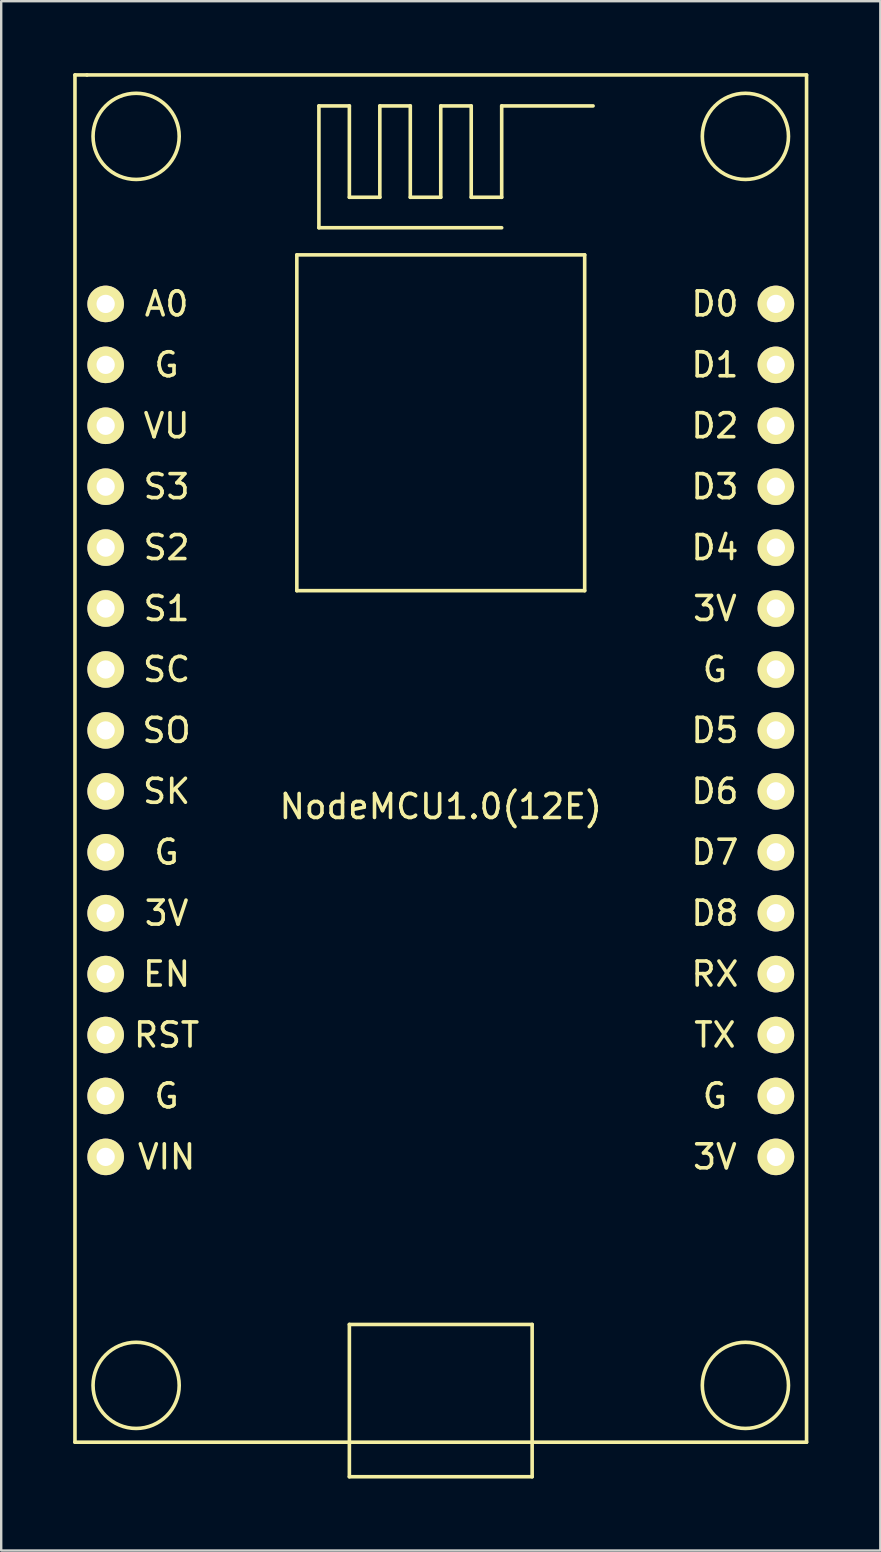
<source format=kicad_pcb>
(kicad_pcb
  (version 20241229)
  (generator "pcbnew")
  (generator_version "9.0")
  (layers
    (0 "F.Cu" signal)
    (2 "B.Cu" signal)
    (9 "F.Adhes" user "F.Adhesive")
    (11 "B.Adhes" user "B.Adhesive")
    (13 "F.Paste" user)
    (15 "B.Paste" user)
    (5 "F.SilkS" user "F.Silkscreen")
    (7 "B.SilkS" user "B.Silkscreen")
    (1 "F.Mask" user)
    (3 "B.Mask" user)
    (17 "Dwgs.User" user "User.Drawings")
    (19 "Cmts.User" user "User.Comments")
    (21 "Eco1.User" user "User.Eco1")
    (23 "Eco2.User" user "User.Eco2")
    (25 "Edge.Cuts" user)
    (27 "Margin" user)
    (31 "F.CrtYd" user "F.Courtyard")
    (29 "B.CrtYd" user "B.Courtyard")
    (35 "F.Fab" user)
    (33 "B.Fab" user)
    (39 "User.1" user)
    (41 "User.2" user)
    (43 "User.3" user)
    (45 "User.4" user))
  (footprint "NodeMCU1.0(12E)"
    (layer "F.Cu")
    (at 15.325 30.575)
    (property "Reference" "NodeMCU1.0(12E)" (at 0 0 0) (layer "F.SilkS") (effects (font (size 1 1) (thickness 0.15))))
    (attr through_hole)
    (fp_line (start -15.25 -30.5) (end -15.25 26.5) (stroke (width 0.15) (type solid)) (layer "F.SilkS"))
    (fp_line (start -15.25 26.5) (end 15.25 26.5) (stroke (width 0.15) (type solid)) (layer "F.SilkS"))
    (fp_line (start -14.75 -30.5) (end -15.25 -30.5) (stroke (width 0.15) (type solid)) (layer "F.SilkS"))
    (fp_line (start -6 -23) (end 6 -23) (stroke (width 0.15) (type solid)) (layer "F.SilkS"))
    (fp_line (start -6 -9) (end -6 -23) (stroke (width 0.15) (type solid)) (layer "F.SilkS"))
    (fp_line (start -5.08 -29.21) (end -3.81 -29.21) (stroke (width 0.15) (type solid)) (layer "F.SilkS"))
    (fp_line (start -5.08 -24.13) (end -5.08 -29.21) (stroke (width 0.15) (type solid)) (layer "F.SilkS"))
    (fp_line (start -3.81 -29.21) (end -3.81 -25.4) (stroke (width 0.15) (type solid)) (layer "F.SilkS"))
    (fp_line (start -3.81 -25.4) (end -2.54 -25.4) (stroke (width 0.15) (type solid)) (layer "F.SilkS"))
    (fp_line (start -3.81 21.59) (end -3.81 27.94) (stroke (width 0.15) (type solid)) (layer "F.SilkS"))
    (fp_line (start -3.81 27.94) (end 3.81 27.94) (stroke (width 0.15) (type solid)) (layer "F.SilkS"))
    (fp_line (start -2.54 -29.21) (end -1.27 -29.21) (stroke (width 0.15) (type solid)) (layer "F.SilkS"))
    (fp_line (start -2.54 -25.4) (end -2.54 -29.21) (stroke (width 0.15) (type solid)) (layer "F.SilkS"))
    (fp_line (start -1.27 -29.21) (end -1.27 -25.4) (stroke (width 0.15) (type solid)) (layer "F.SilkS"))
    (fp_line (start -1.27 -25.4) (end 0 -25.4) (stroke (width 0.15) (type solid)) (layer "F.SilkS"))
    (fp_line (start 0 -29.21) (end 1.27 -29.21) (stroke (width 0.15) (type solid)) (layer "F.SilkS"))
    (fp_line (start 0 -25.4) (end 0 -29.21) (stroke (width 0.15) (type solid)) (layer "F.SilkS"))
    (fp_line (start 1.27 -29.21) (end 1.27 -25.4) (stroke (width 0.15) (type solid)) (layer "F.SilkS"))
    (fp_line (start 1.27 -25.4) (end 2.54 -25.4) (stroke (width 0.15) (type solid)) (layer "F.SilkS"))
    (fp_line (start 2.54 -29.21) (end 6.35 -29.21) (stroke (width 0.15) (type solid)) (layer "F.SilkS"))
    (fp_line (start 2.54 -25.4) (end 2.54 -29.21) (stroke (width 0.15) (type solid)) (layer "F.SilkS"))
    (fp_line (start 2.54 -24.13) (end -5.08 -24.13) (stroke (width 0.15) (type solid)) (layer "F.SilkS"))
    (fp_line (start 3.81 21.59) (end -3.81 21.59) (stroke (width 0.15) (type solid)) (layer "F.SilkS"))
    (fp_line (start 3.81 27.94) (end 3.81 21.59) (stroke (width 0.15) (type solid)) (layer "F.SilkS"))
    (fp_line (start 6 -23) (end 6 -9) (stroke (width 0.15) (type solid)) (layer "F.SilkS"))
    (fp_line (start 6 -9) (end -6 -9) (stroke (width 0.15) (type solid)) (layer "F.SilkS"))
    (fp_line (start 15.25 -30.5) (end -14.75 -30.5) (stroke (width 0.15) (type solid)) (layer "F.SilkS"))
    (fp_line (start 15.25 26.5) (end 15.25 -30.5) (stroke (width 0.15) (type solid)) (layer "F.SilkS"))
    (fp_circle (center -12.7 -27.94) (end -11.43 -29.21) (stroke (width 0.15) (type solid)) (fill no) (layer "F.SilkS"))
    (fp_circle (center -12.7 24.13) (end -11.43 22.86) (stroke (width 0.15) (type solid)) (fill no) (layer "F.SilkS"))
    (fp_circle (center 12.7 -27.94) (end 13.97 -29.21) (stroke (width 0.15) (type solid)) (fill no) (layer "F.SilkS"))
    (fp_circle (center 12.7 24.13) (end 13.97 22.86) (stroke (width 0.15) (type solid)) (fill no) (layer "F.SilkS"))
    (fp_text user "SO" (at -11.43 -3.175 0) (layer "F.SilkS") (effects (font (size 1 1) (thickness 0.15))))
    (fp_text user "VU" (at -11.43 -15.875 0) (layer "F.SilkS") (effects (font (size 1 1) (thickness 0.15))))
    (fp_text user "RX" (at 11.43 6.985 0) (layer "F.SilkS") (effects (font (size 1 1) (thickness 0.15))))
    (fp_text user "S2" (at -11.43 -10.795 0) (layer "F.SilkS") (effects (font (size 1 1) (thickness 0.15))))
    (fp_text user "D1" (at 11.43 -18.415 0) (layer "F.SilkS") (effects (font (size 1 1) (thickness 0.15))))
    (fp_text user "D7" (at 11.43 1.905 0) (layer "F.SilkS") (effects (font (size 1 1) (thickness 0.15))))
    (fp_text user "D6" (at 11.43 -0.635 0) (layer "F.SilkS") (effects (font (size 1 1) (thickness 0.15))))
    (fp_text user "D8" (at 11.43 4.445 0) (layer "F.SilkS") (effects (font (size 1 1) (thickness 0.15))))
    (fp_text user "SK" (at -11.43 -0.635 0) (layer "F.SilkS") (effects (font (size 1 1) (thickness 0.15))))
    (fp_text user "G" (at -11.43 1.905 0) (layer "F.SilkS") (effects (font (size 1 1) (thickness 0.15))))
    (fp_text user "G" (at 11.43 12.065 0) (layer "F.SilkS") (effects (font (size 1 1) (thickness 0.15))))
    (fp_text user "TX" (at 11.43 9.525 0) (layer "F.SilkS") (effects (font (size 1 1) (thickness 0.15))))
    (fp_text user "G" (at -11.43 -18.415 0) (layer "F.SilkS") (effects (font (size 1 1) (thickness 0.15))))
    (fp_text user "VIN" (at -11.43 14.605 0) (layer "F.SilkS") (effects (font (size 1 1) (thickness 0.15))))
    (fp_text user "G" (at 11.43 -5.715 0) (layer "F.SilkS") (effects (font (size 1 1) (thickness 0.15))))
    (fp_text user "EN" (at -11.43 6.985 0) (layer "F.SilkS") (effects (font (size 1 1) (thickness 0.15))))
    (fp_text user "D2" (at 11.43 -15.875 0) (layer "F.SilkS") (effects (font (size 1 1) (thickness 0.15))))
    (fp_text user "3V" (at 11.43 -8.255 0) (layer "F.SilkS") (effects (font (size 1 1) (thickness 0.15))))
    (fp_text user "D3" (at 11.43 -13.335 0) (layer "F.SilkS") (effects (font (size 1 1) (thickness 0.15))))
    (fp_text user "S1" (at -11.43 -8.255 0) (layer "F.SilkS") (effects (font (size 1 1) (thickness 0.15))))
    (fp_text user "S3" (at -11.43 -13.335 0) (layer "F.SilkS") (effects (font (size 1 1) (thickness 0.15))))
    (fp_text user "D5" (at 11.43 -3.175 0) (layer "F.SilkS") (effects (font (size 1 1) (thickness 0.15))))
    (fp_text user "SC" (at -11.43 -5.715 0) (layer "F.SilkS") (effects (font (size 1 1) (thickness 0.15))))
    (fp_text user "D4" (at 11.43 -10.795 0) (layer "F.SilkS") (effects (font (size 1 1) (thickness 0.15))))
    (fp_text user "3V" (at 11.43 14.605 0) (layer "F.SilkS") (effects (font (size 1 1) (thickness 0.15))))
    (fp_text user "3V" (at -11.43 4.445 0) (layer "F.SilkS") (effects (font (size 1 1) (thickness 0.15))))
    (fp_text user "A0" (at -11.43 -20.955 0) (layer "F.SilkS") (effects (font (size 1 1) (thickness 0.15))))
    (fp_text user "G" (at -11.43 12.065 0) (layer "F.SilkS") (effects (font (size 1 1) (thickness 0.15))))
    (fp_text user "D0" (at 11.43 -20.955 0) (layer "F.SilkS") (effects (font (size 1 1) (thickness 0.15))))
    (fp_text user "RST" (at -11.43 9.525 0) (layer "F.SilkS") (effects (font (size 1 1) (thickness 0.15))))
    (pad "1" thru_hole circle (at -13.97 -20.955) (size 1.524 1.524) (drill 0.762) (layers "*.Cu" "*.Mask" "F.SilkS"))
    (pad "2" thru_hole circle (at -13.97 -18.415) (size 1.524 1.524) (drill 0.762) (layers "*.Cu" "*.Mask" "F.SilkS"))
    (pad "3" thru_hole circle (at -13.97 -15.875) (size 1.524 1.524) (drill 0.762) (layers "*.Cu" "*.Mask" "F.SilkS"))
    (pad "4" thru_hole circle (at -13.97 -13.335) (size 1.524 1.524) (drill 0.762) (layers "*.Cu" "*.Mask" "F.SilkS"))
    (pad "5" thru_hole circle (at -13.97 -10.795) (size 1.524 1.524) (drill 0.762) (layers "*.Cu" "*.Mask" "F.SilkS"))
    (pad "6" thru_hole circle (at -13.97 -8.255) (size 1.524 1.524) (drill 0.762) (layers "*.Cu" "*.Mask" "F.SilkS"))
    (pad "7" thru_hole circle (at -13.97 -5.715) (size 1.524 1.524) (drill 0.762) (layers "*.Cu" "*.Mask" "F.SilkS"))
    (pad "8" thru_hole circle (at -13.97 -3.175) (size 1.524 1.524) (drill 0.762) (layers "*.Cu" "*.Mask" "F.SilkS"))
    (pad "9" thru_hole circle (at -13.97 -0.635) (size 1.524 1.524) (drill 0.762) (layers "*.Cu" "*.Mask" "F.SilkS"))
    (pad "10" thru_hole circle (at -13.97 1.905) (size 1.524 1.524) (drill 0.762) (layers "*.Cu" "*.Mask" "F.SilkS"))
    (pad "11" thru_hole circle (at -13.97 4.445) (size 1.524 1.524) (drill 0.762) (layers "*.Cu" "*.Mask" "F.SilkS"))
    (pad "12" thru_hole circle (at -13.97 6.985) (size 1.524 1.524) (drill 0.762) (layers "*.Cu" "*.Mask" "F.SilkS"))
    (pad "13" thru_hole circle (at -13.97 9.525) (size 1.524 1.524) (drill 0.762) (layers "*.Cu" "*.Mask" "F.SilkS"))
    (pad "14" thru_hole circle (at -13.97 12.065) (size 1.524 1.524) (drill 0.762) (layers "*.Cu" "*.Mask" "F.SilkS"))
    (pad "15" thru_hole circle (at -13.97 14.605) (size 1.524 1.524) (drill 0.762) (layers "*.Cu" "*.Mask" "F.SilkS"))
    (pad "16" thru_hole circle (at 13.97 14.605) (size 1.524 1.524) (drill 0.762) (layers "*.Cu" "*.Mask" "F.SilkS"))
    (pad "17" thru_hole circle (at 13.97 12.065) (size 1.524 1.524) (drill 0.762) (layers "*.Cu" "*.Mask" "F.SilkS"))
    (pad "18" thru_hole circle (at 13.97 9.525) (size 1.524 1.524) (drill 0.762) (layers "*.Cu" "*.Mask" "F.SilkS"))
    (pad "19" thru_hole circle (at 13.97 6.985) (size 1.524 1.524) (drill 0.762) (layers "*.Cu" "*.Mask" "F.SilkS"))
    (pad "20" thru_hole circle (at 13.97 4.445) (size 1.524 1.524) (drill 0.762) (layers "*.Cu" "*.Mask" "F.SilkS"))
    (pad "21" thru_hole circle (at 13.97 1.905) (size 1.524 1.524) (drill 0.762) (layers "*.Cu" "*.Mask" "F.SilkS"))
    (pad "22" thru_hole circle (at 13.97 -0.635) (size 1.524 1.524) (drill 0.762) (layers "*.Cu" "*.Mask" "F.SilkS"))
    (pad "23" thru_hole circle (at 13.97 -3.175) (size 1.524 1.524) (drill 0.762) (layers "*.Cu" "*.Mask" "F.SilkS"))
    (pad "24" thru_hole circle (at 13.97 -5.715) (size 1.524 1.524) (drill 0.762) (layers "*.Cu" "*.Mask" "F.SilkS"))
    (pad "25" thru_hole circle (at 13.97 -8.255) (size 1.524 1.524) (drill 0.762) (layers "*.Cu" "*.Mask" "F.SilkS"))
    (pad "26" thru_hole circle (at 13.97 -10.795) (size 1.524 1.524) (drill 0.762) (layers "*.Cu" "*.Mask" "F.SilkS"))
    (pad "27" thru_hole circle (at 13.97 -13.335) (size 1.524 1.524) (drill 0.762) (layers "*.Cu" "*.Mask" "F.SilkS"))
    (pad "28" thru_hole circle (at 13.97 -15.875) (size 1.524 1.524) (drill 0.762) (layers "*.Cu" "*.Mask" "F.SilkS"))
    (pad "29" thru_hole circle (at 13.97 -18.415) (size 1.524 1.524) (drill 0.762) (layers "*.Cu" "*.Mask" "F.SilkS"))
    (pad "30" thru_hole circle (at 13.97 -20.955) (size 1.524 1.524) (drill 0.762) (layers "*.Cu" "*.Mask" "F.SilkS")))
  (gr_rect
    (start -3 -3)
    (end 33.65 61.59)
    (stroke (width 0.1) (type default))
    (fill no)
    (layer "Edge.Cuts")))
</source>
